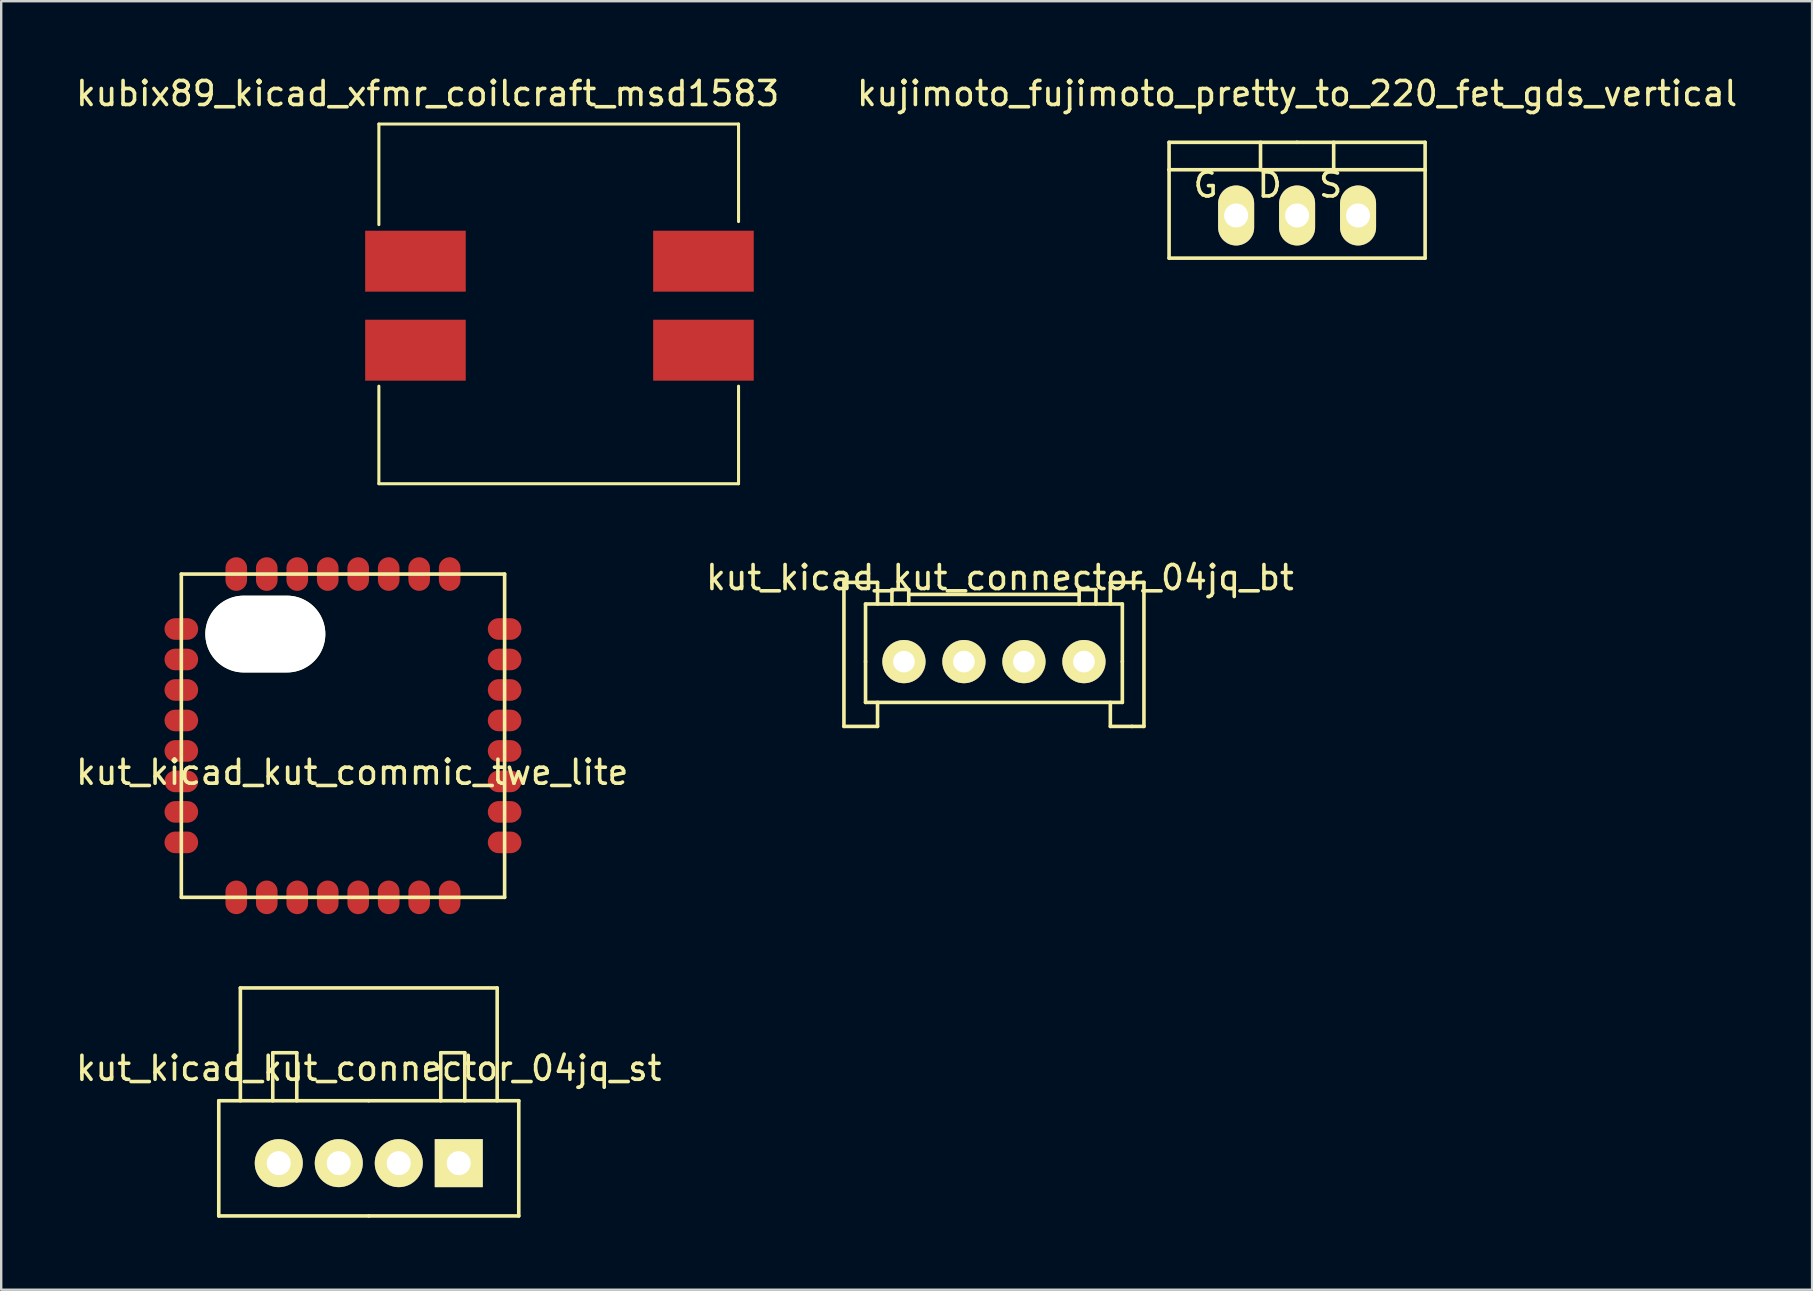
<source format=kicad_pcb>
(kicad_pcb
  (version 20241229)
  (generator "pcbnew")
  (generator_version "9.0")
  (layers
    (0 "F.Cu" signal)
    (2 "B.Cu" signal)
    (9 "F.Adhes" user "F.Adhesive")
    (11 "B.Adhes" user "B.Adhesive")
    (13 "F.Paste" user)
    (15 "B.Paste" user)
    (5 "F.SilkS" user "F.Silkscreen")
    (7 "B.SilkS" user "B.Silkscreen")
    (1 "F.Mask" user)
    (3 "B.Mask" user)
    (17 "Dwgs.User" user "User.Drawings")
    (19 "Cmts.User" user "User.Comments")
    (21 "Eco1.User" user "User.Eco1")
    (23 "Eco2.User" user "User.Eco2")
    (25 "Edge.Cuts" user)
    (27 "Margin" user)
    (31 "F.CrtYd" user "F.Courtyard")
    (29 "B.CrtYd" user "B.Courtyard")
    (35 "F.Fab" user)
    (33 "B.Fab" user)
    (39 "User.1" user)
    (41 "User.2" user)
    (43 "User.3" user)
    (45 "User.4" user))
  (footprint "kubix89_kicad_xfmr_coilcraft_msd1583"
    (layer "F.Cu")
    (at 14.26 7.833)
    (property "Reference" "kubix89_kicad_xfmr_coilcraft_msd1583" (at 0.508 -6.985 0) (layer "F.SilkS") (effects (font (size 1 1) (thickness 0.15))))
    (attr through_hole)
    (fp_line (start -1.524 -5.715) (end -1.524 -1.524) (stroke (width 0.127) (type solid)) (layer "F.SilkS"))
    (fp_line (start -1.524 5.207) (end -1.524 9.271) (stroke (width 0.127) (type solid)) (layer "F.SilkS"))
    (fp_line (start -1.524 9.271) (end 13.462 9.271) (stroke (width 0.127) (type solid)) (layer "F.SilkS"))
    (fp_line (start 13.462 -5.715) (end -1.524 -5.715) (stroke (width 0.127) (type solid)) (layer "F.SilkS"))
    (fp_line (start 13.462 -1.651) (end 13.462 -5.715) (stroke (width 0.127) (type solid)) (layer "F.SilkS"))
    (fp_line (start 13.462 9.271) (end 13.462 5.207) (stroke (width 0.127) (type solid)) (layer "F.SilkS"))
    (pad "1" smd rect (at 0 0) (size 4.191 2.54) (layers "F.Cu" "F.Mask" "F.Paste"))
    (pad "2" smd rect (at 0 3.708) (size 4.191 2.54) (layers "F.Cu" "F.Mask" "F.Paste"))
    (pad "3" smd rect (at 12 3.708) (size 4.191 2.54) (layers "F.Cu" "F.Mask" "F.Paste"))
    (pad "4" smd rect (at 12 0) (size 4.191 2.54) (layers "F.Cu" "F.Mask" "F.Paste")))
  (footprint "kut_kicad_kut_connector_04jq_st"
    (layer "F.Cu")
    (at 12.315 45.413)
    (property "Reference" "kut_kicad_kut_connector_04jq_st" (at 0 -3.95 0) (layer "F.SilkS") (effects (font (size 1 1) (thickness 0.15))))
    (attr through_hole)
    (fp_line (start -6.25 -2.6) (end -6.25 2.2) (stroke (width 0.15) (type solid)) (layer "F.SilkS"))
    (fp_line (start -5.35 -2.6) (end -5.35 -7.3) (stroke (width 0.15) (type solid)) (layer "F.SilkS"))
    (fp_line (start -4 -4.6) (end -3 -4.6) (stroke (width 0.15) (type solid)) (layer "F.SilkS"))
    (fp_line (start -4 -2.6) (end -4 -4.6) (stroke (width 0.15) (type solid)) (layer "F.SilkS"))
    (fp_line (start -3 -4.6) (end -3 -2.6) (stroke (width 0.15) (type solid)) (layer "F.SilkS"))
    (fp_line (start 0 -2.6) (end -6.25 -2.6) (stroke (width 0.15) (type solid)) (layer "F.SilkS"))
    (fp_line (start 0 -2.6) (end 6.25 -2.6) (stroke (width 0.15) (type solid)) (layer "F.SilkS"))
    (fp_line (start 0 2.2) (end -6.25 2.2) (stroke (width 0.15) (type solid)) (layer "F.SilkS"))
    (fp_line (start 3 -4.6) (end 3 -2.6) (stroke (width 0.15) (type solid)) (layer "F.SilkS"))
    (fp_line (start 4 -4.6) (end 3 -4.6) (stroke (width 0.15) (type solid)) (layer "F.SilkS"))
    (fp_line (start 4 -2.6) (end 4 -4.6) (stroke (width 0.15) (type solid)) (layer "F.SilkS"))
    (fp_line (start 5.35 -7.3) (end -5.35 -7.3) (stroke (width 0.15) (type solid)) (layer "F.SilkS"))
    (fp_line (start 5.35 -2.6) (end 5.35 -7.3) (stroke (width 0.15) (type solid)) (layer "F.SilkS"))
    (fp_line (start 6.25 -2.6) (end 6.25 2.2) (stroke (width 0.15) (type solid)) (layer "F.SilkS"))
    (fp_line (start 6.25 2.2) (end 0 2.2) (stroke (width 0.15) (type solid)) (layer "F.SilkS"))
    (pad "1" thru_hole rect (at 3.75 0) (size 2 2) (drill 1) (layers "*.Cu" "*.Mask" "F.SilkS"))
    (pad "2" thru_hole circle (at 1.25 0) (size 2 2) (drill 1) (layers "*.Cu" "*.Mask" "F.SilkS"))
    (pad "3" thru_hole circle (at -1.25 0) (size 2 2) (drill 1) (layers "*.Cu" "*.Mask" "F.SilkS"))
    (pad "4" thru_hole circle (at -3.75 0) (size 2 2) (drill 1) (layers "*.Cu" "*.Mask" "F.SilkS")))
  (footprint "kut_kicad_kut_commic_twe_lite"
    (layer "F.Cu")
    (at 4.505 23.158)
    (property "Reference" "kut_kicad_kut_commic_twe_lite" (at 7.12 5.97 0) (layer "F.SilkS") (effects (font (size 1 1) (thickness 0.15))))
    (attr through_hole)
    (fp_line (start 0 -2.29) (end 13.47 -2.29) (stroke (width 0.15) (type solid)) (layer "F.SilkS"))
    (fp_line (start 0 11.18) (end 0 -2.29) (stroke (width 0.15) (type solid)) (layer "F.SilkS"))
    (fp_line (start 13.47 -2.29) (end 13.47 11.18) (stroke (width 0.15) (type solid)) (layer "F.SilkS"))
    (fp_line (start 13.47 11.18) (end 0 11.18) (stroke (width 0.15) (type solid)) (layer "F.SilkS"))
    (fp_circle (center 2.5 0.21) (end 3.5 0.21) (stroke (width 0.15) (type solid)) (fill no) (layer "F.SilkS"))
    (pad "" np_thru_hole oval (at 3.5 0.21) (size 5 3.2) (drill oval 5 3.2) (layers "*.Cu" "*.Mask" "F.SilkS"))
    (pad "1" smd oval (at 0 0) (size 1.4 0.9) (layers "F.Cu" "F.Mask" "F.Paste"))
    (pad "2" smd oval (at 0 1.27) (size 1.4 0.9) (layers "F.Cu" "F.Mask" "F.Paste"))
    (pad "3" smd oval (at 0 2.54) (size 1.4 0.9) (layers "F.Cu" "F.Mask" "F.Paste"))
    (pad "4" smd oval (at 0 3.81) (size 1.4 0.9) (layers "F.Cu" "F.Mask" "F.Paste"))
    (pad "5" smd oval (at 0 5.08) (size 1.4 0.9) (layers "F.Cu" "F.Mask" "F.Paste"))
    (pad "6" smd oval (at 0 6.35) (size 1.4 0.9) (layers "F.Cu" "F.Mask" "F.Paste"))
    (pad "7" smd oval (at 0 7.62) (size 1.4 0.9) (layers "F.Cu" "F.Mask" "F.Paste"))
    (pad "8" smd oval (at 0 8.89) (size 1.4 0.9) (layers "F.Cu" "F.Mask" "F.Paste"))
    (pad "9" smd oval (at 2.29 11.18) (size 0.9 1.4) (layers "F.Cu" "F.Mask" "F.Paste"))
    (pad "10" smd oval (at 3.56 11.18) (size 0.9 1.4) (layers "F.Cu" "F.Mask" "F.Paste"))
    (pad "11" smd oval (at 4.83 11.18) (size 0.9 1.4) (layers "F.Cu" "F.Mask" "F.Paste"))
    (pad "12" smd oval (at 6.1 11.18) (size 0.9 1.4) (layers "F.Cu" "F.Mask" "F.Paste"))
    (pad "13" smd oval (at 7.37 11.18) (size 0.9 1.4) (layers "F.Cu" "F.Mask" "F.Paste"))
    (pad "14" smd oval (at 8.64 11.18) (size 0.9 1.4) (layers "F.Cu" "F.Mask" "F.Paste"))
    (pad "15" smd oval (at 9.91 11.18) (size 0.9 1.4) (layers "F.Cu" "F.Mask" "F.Paste"))
    (pad "16" smd oval (at 11.18 11.18) (size 0.9 1.4) (layers "F.Cu" "F.Mask" "F.Paste"))
    (pad "17" smd oval (at 13.47 8.89) (size 1.4 0.9) (layers "F.Cu" "F.Mask" "F.Paste"))
    (pad "18" smd oval (at 13.47 7.62) (size 1.4 0.9) (layers "F.Cu" "F.Mask" "F.Paste"))
    (pad "19" smd oval (at 13.47 6.35) (size 1.4 0.9) (layers "F.Cu" "F.Mask" "F.Paste"))
    (pad "20" smd oval (at 13.47 5.08) (size 1.4 0.9) (layers "F.Cu" "F.Mask" "F.Paste"))
    (pad "21" smd oval (at 13.47 3.81) (size 1.4 0.9) (layers "F.Cu" "F.Mask" "F.Paste"))
    (pad "22" smd oval (at 13.47 2.54) (size 1.4 0.9) (layers "F.Cu" "F.Mask" "F.Paste"))
    (pad "23" smd oval (at 13.47 1.27) (size 1.4 0.9) (layers "F.Cu" "F.Mask" "F.Paste"))
    (pad "24" smd oval (at 13.47 0) (size 1.4 0.9) (layers "F.Cu" "F.Mask" "F.Paste"))
    (pad "25" smd oval (at 11.18 -2.29) (size 0.9 1.4) (layers "F.Cu" "F.Mask" "F.Paste"))
    (pad "26" smd oval (at 9.91 -2.29) (size 0.9 1.4) (layers "F.Cu" "F.Mask" "F.Paste"))
    (pad "27" smd oval (at 8.64 -2.29) (size 0.9 1.4) (layers "F.Cu" "F.Mask" "F.Paste"))
    (pad "28" smd oval (at 7.37 -2.29) (size 0.9 1.4) (layers "F.Cu" "F.Mask" "F.Paste"))
    (pad "29" smd oval (at 6.1 -2.29) (size 0.9 1.4) (layers "F.Cu" "F.Mask" "F.Paste"))
    (pad "30" smd oval (at 4.83 -2.29) (size 0.9 1.4) (layers "F.Cu" "F.Mask" "F.Paste"))
    (pad "31" smd oval (at 3.56 -2.29) (size 0.9 1.4) (layers "F.Cu" "F.Mask" "F.Paste"))
    (pad "32" smd oval (at 2.29 -2.29) (size 0.9 1.4) (layers "F.Cu" "F.Mask" "F.Paste")))
  (footprint "kujimoto_fujimoto_pretty_to_220_fet_gds_vertical"
    (layer "F.Cu")
    (at 50.994 5.928)
    (property "Reference" "kujimoto_fujimoto_pretty_to_220_fet_gds_vertical" (at 0 -5.08 0) (layer "F.SilkS") (effects (font (size 1 1) (thickness 0.15))))
    (attr through_hole)
    (fp_line (start -5.334 -1.905) (end -5.334 -3.048) (stroke (width 0.15) (type solid)) (layer "F.SilkS"))
    (fp_line (start -5.334 1.778) (end -5.334 -1.905) (stroke (width 0.15) (type solid)) (layer "F.SilkS"))
    (fp_line (start -1.524 -3.048) (end -1.524 -1.905) (stroke (width 0.15) (type solid)) (layer "F.SilkS"))
    (fp_line (start 0 -3.048) (end -5.334 -3.048) (stroke (width 0.15) (type solid)) (layer "F.SilkS"))
    (fp_line (start 0 -3.048) (end 5.334 -3.048) (stroke (width 0.15) (type solid)) (layer "F.SilkS"))
    (fp_line (start 1.524 -3.048) (end 1.524 -1.905) (stroke (width 0.15) (type solid)) (layer "F.SilkS"))
    (fp_line (start 5.334 -3.048) (end 5.334 -1.905) (stroke (width 0.15) (type solid)) (layer "F.SilkS"))
    (fp_line (start 5.334 -1.905) (end -5.334 -1.905) (stroke (width 0.15) (type solid)) (layer "F.SilkS"))
    (fp_line (start 5.334 -1.905) (end 5.334 1.778) (stroke (width 0.15) (type solid)) (layer "F.SilkS"))
    (fp_line (start 5.334 1.778) (end -5.334 1.778) (stroke (width 0.15) (type solid)) (layer "F.SilkS"))
    (fp_text user "G" (at -3.81 -1.27 0) (layer "F.SilkS") (effects (font (size 1 1) (thickness 0.15))))
    (fp_text user "S" (at 1.397 -1.27 0) (layer "F.SilkS") (effects (font (size 1 1) (thickness 0.15))))
    (fp_text user "D" (at -1.143 -1.27 0) (layer "F.SilkS") (effects (font (size 1 1) (thickness 0.15))))
    (pad "1" thru_hole oval (at -2.54 0 90) (size 2.499 1.501) (drill 1.001) (layers "*.Cu" "*.Mask" "F.SilkS"))
    (pad "2" thru_hole oval (at 0 0 90) (size 2.499 1.501) (drill 1.001) (layers "*.Cu" "*.Mask" "F.SilkS"))
    (pad "3" thru_hole oval (at 2.54 0 90) (size 2.499 1.501) (drill 1.001) (layers "*.Cu" "*.Mask" "F.SilkS")))
  (footprint "kut_kicad_kut_connector_04jq_bt"
    (layer "F.Cu")
    (at 34.613 24.516)
    (property "Reference" "kut_kicad_kut_connector_04jq_bt" (at 4 -3.5 0) (layer "F.SilkS") (effects (font (size 1 1) (thickness 0.15))))
    (attr through_hole)
    (fp_line (start -2.5 2.7) (end -2.5 -3.3) (stroke (width 0.15) (type solid)) (layer "F.SilkS"))
    (fp_line (start -1.6 -2.4) (end 9.1 -2.4) (stroke (width 0.15) (type solid)) (layer "F.SilkS"))
    (fp_line (start -1.6 0) (end -1.6 -2.4) (stroke (width 0.15) (type solid)) (layer "F.SilkS"))
    (fp_line (start -1.6 0) (end -1.6 1.7) (stroke (width 0.15) (type solid)) (layer "F.SilkS"))
    (fp_line (start -1.1 -3.3) (end -2.5 -3.3) (stroke (width 0.15) (type solid)) (layer "F.SilkS"))
    (fp_line (start -1.1 -2.4) (end -1.1 -3.3) (stroke (width 0.15) (type solid)) (layer "F.SilkS"))
    (fp_line (start -1.1 1.7) (end -1.1 2.7) (stroke (width 0.15) (type solid)) (layer "F.SilkS"))
    (fp_line (start -1.1 2.7) (end -2.5 2.7) (stroke (width 0.15) (type solid)) (layer "F.SilkS"))
    (fp_line (start -0.5 -3) (end 0.2 -3) (stroke (width 0.15) (type solid)) (layer "F.SilkS"))
    (fp_line (start -0.5 -2.4) (end -0.5 -3) (stroke (width 0.15) (type solid)) (layer "F.SilkS"))
    (fp_line (start 0.2 -3) (end 0.2 -2.4) (stroke (width 0.15) (type solid)) (layer "F.SilkS"))
    (fp_line (start 7.3 -3) (end 7.3 -2.4) (stroke (width 0.15) (type solid)) (layer "F.SilkS"))
    (fp_line (start 7.3 -2.8) (end 0.2 -2.8) (stroke (width 0.15) (type solid)) (layer "F.SilkS"))
    (fp_line (start 8 -3) (end 7.3 -3) (stroke (width 0.15) (type solid)) (layer "F.SilkS"))
    (fp_line (start 8 -2.4) (end 8 -3) (stroke (width 0.15) (type solid)) (layer "F.SilkS"))
    (fp_line (start 8.6 -3.3) (end 8.6 -2.4) (stroke (width 0.15) (type solid)) (layer "F.SilkS"))
    (fp_line (start 8.6 1.7) (end 8.6 2.7) (stroke (width 0.15) (type solid)) (layer "F.SilkS"))
    (fp_line (start 9.1 0) (end 9.1 -2.4) (stroke (width 0.15) (type solid)) (layer "F.SilkS"))
    (fp_line (start 9.1 0) (end 9.1 1.7) (stroke (width 0.15) (type solid)) (layer "F.SilkS"))
    (fp_line (start 9.1 1.7) (end -1.6 1.7) (stroke (width 0.15) (type solid)) (layer "F.SilkS"))
    (fp_line (start 9.5 -3.3) (end 8.6 -3.3) (stroke (width 0.15) (type solid)) (layer "F.SilkS"))
    (fp_line (start 9.5 -3.3) (end 10 -3.3) (stroke (width 0.15) (type solid)) (layer "F.SilkS"))
    (fp_line (start 9.5 2.7) (end 8.6 2.7) (stroke (width 0.15) (type solid)) (layer "F.SilkS"))
    (fp_line (start 10 -3.3) (end 10 2.7) (stroke (width 0.15) (type solid)) (layer "F.SilkS"))
    (fp_line (start 10 2.7) (end 9.5 2.7) (stroke (width 0.15) (type solid)) (layer "F.SilkS"))
    (pad "1" thru_hole circle (at 7.5 0) (size 1.8 1.8) (drill 0.9) (layers "*.Cu" "*.Mask" "F.SilkS"))
    (pad "2" thru_hole circle (at 5 0) (size 1.8 1.8) (drill 0.9) (layers "*.Cu" "*.Mask" "F.SilkS"))
    (pad "3" thru_hole circle (at 2.5 0) (size 1.8 1.8) (drill 0.9) (layers "*.Cu" "*.Mask" "F.SilkS"))
    (pad "4" thru_hole circle (at 0 0) (size 1.8 1.8) (drill 0.9) (layers "*.Cu" "*.Mask" "F.SilkS")))
  (gr_rect
    (start -3 -3)
    (end 72.452 50.688)
    (stroke (width 0.1) (type default))
    (fill no)
    (layer "Edge.Cuts")))
</source>
